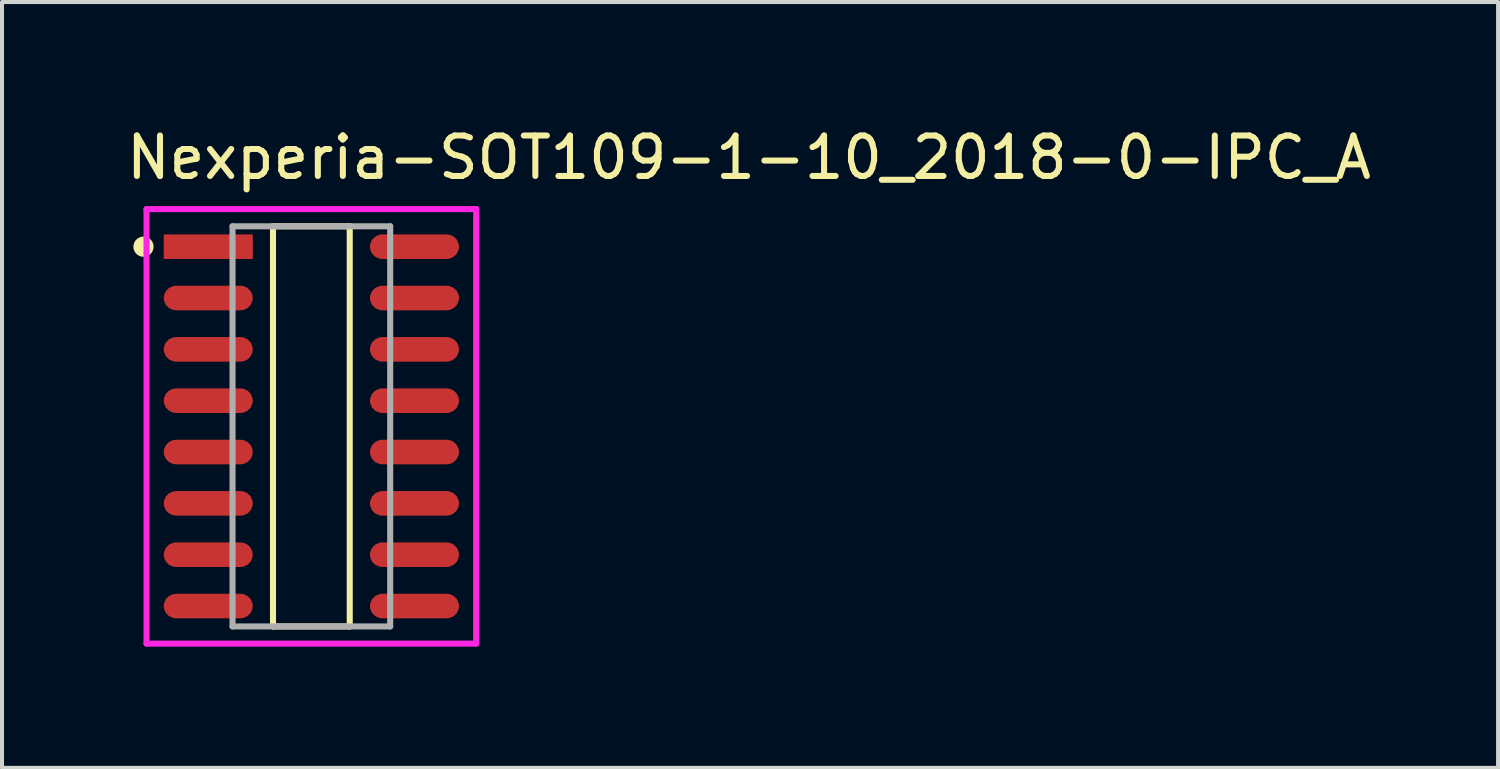
<source format=kicad_pcb>
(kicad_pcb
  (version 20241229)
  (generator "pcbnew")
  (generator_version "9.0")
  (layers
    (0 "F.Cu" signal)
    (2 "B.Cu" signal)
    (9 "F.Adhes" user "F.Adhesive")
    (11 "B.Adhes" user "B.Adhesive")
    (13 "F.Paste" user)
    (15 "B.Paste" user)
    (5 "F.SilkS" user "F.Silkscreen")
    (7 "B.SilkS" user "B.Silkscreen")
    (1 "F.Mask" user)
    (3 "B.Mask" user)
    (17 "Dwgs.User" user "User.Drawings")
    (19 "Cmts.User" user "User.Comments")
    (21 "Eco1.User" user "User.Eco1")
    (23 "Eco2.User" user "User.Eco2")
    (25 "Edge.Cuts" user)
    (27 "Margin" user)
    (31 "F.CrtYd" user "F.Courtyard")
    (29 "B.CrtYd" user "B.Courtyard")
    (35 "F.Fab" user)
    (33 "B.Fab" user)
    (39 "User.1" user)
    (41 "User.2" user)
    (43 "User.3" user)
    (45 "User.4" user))
  (footprint "Nexperia-SOT109-1-10_2018-0-IPC_A"
    (layer "F.Cu")
    (at 4.653 7.498)
    (property "Reference" "Nexperia-SOT109-1-10_2018-0-IPC_A" (at -4.653 -6.65 0) (layer "F.SilkS") (effects (font (size 1 1) (thickness 0.15)) (justify left)))
    (attr through_hole)
    (fp_line (start -0.949 -4.95) (end 0.949 -4.95) (stroke (width 0.15) (type solid)) (layer "F.SilkS"))
    (fp_line (start -0.949 4.95) (end -0.949 -4.95) (stroke (width 0.15) (type solid)) (layer "F.SilkS"))
    (fp_line (start 0.949 -4.95) (end 0.949 4.95) (stroke (width 0.15) (type solid)) (layer "F.SilkS"))
    (fp_line (start 0.949 4.95) (end -0.949 4.95) (stroke (width 0.15) (type solid)) (layer "F.SilkS"))
    (fp_circle (center -4.153 -4.445) (end -4.028 -4.445) (stroke (width 0.25) (type solid)) (fill no) (layer "F.SilkS"))
    (fp_line (start -4.078 -5.375) (end -4.078 5.375) (stroke (width 0.15) (type solid)) (layer "F.CrtYd"))
    (fp_line (start -4.078 5.375) (end 4.078 5.375) (stroke (width 0.15) (type solid)) (layer "F.CrtYd"))
    (fp_line (start 4.078 -5.375) (end -4.078 -5.375) (stroke (width 0.15) (type solid)) (layer "F.CrtYd"))
    (fp_line (start 4.078 -5.375) (end 4.078 -5.375) (stroke (width 0.15) (type solid)) (layer "F.CrtYd"))
    (fp_line (start 4.078 5.375) (end 4.078 -5.375) (stroke (width 0.15) (type solid)) (layer "F.CrtYd"))
    (fp_line (start -1.95 -4.95) (end 1.95 -4.95) (stroke (width 0.15) (type solid)) (layer "F.Fab"))
    (fp_line (start -1.95 4.95) (end -1.95 -4.95) (stroke (width 0.15) (type solid)) (layer "F.Fab"))
    (fp_line (start 1.95 -4.95) (end 1.95 4.95) (stroke (width 0.15) (type solid)) (layer "F.Fab"))
    (fp_line (start 1.95 4.95) (end -1.95 4.95) (stroke (width 0.15) (type solid)) (layer "F.Fab"))
    (pad "1" smd rect (at -2.551 -4.445) (size 2.204 0.608) (layers "F.Cu" "F.Mask" "F.Paste"))
    (pad "2" smd roundrect (at -2.551 -3.175) (size 2.204 0.608) (layers "F.Cu" "F.Mask" "F.Paste") (roundrect_rratio 0.5))
    (pad "3" smd roundrect (at -2.551 -1.905) (size 2.204 0.608) (layers "F.Cu" "F.Mask" "F.Paste") (roundrect_rratio 0.5))
    (pad "4" smd roundrect (at -2.551 -0.635) (size 2.204 0.608) (layers "F.Cu" "F.Mask" "F.Paste") (roundrect_rratio 0.5))
    (pad "5" smd roundrect (at -2.551 0.635) (size 2.204 0.608) (layers "F.Cu" "F.Mask" "F.Paste") (roundrect_rratio 0.5))
    (pad "6" smd roundrect (at -2.551 1.905) (size 2.204 0.608) (layers "F.Cu" "F.Mask" "F.Paste") (roundrect_rratio 0.5))
    (pad "7" smd roundrect (at -2.551 3.175) (size 2.204 0.608) (layers "F.Cu" "F.Mask" "F.Paste") (roundrect_rratio 0.5))
    (pad "8" smd roundrect (at -2.551 4.445) (size 2.204 0.608) (layers "F.Cu" "F.Mask" "F.Paste") (roundrect_rratio 0.5))
    (pad "9" smd roundrect (at 2.551 4.445) (size 2.204 0.608) (layers "F.Cu" "F.Mask" "F.Paste") (roundrect_rratio 0.5))
    (pad "10" smd roundrect (at 2.551 3.175) (size 2.204 0.608) (layers "F.Cu" "F.Mask" "F.Paste") (roundrect_rratio 0.5))
    (pad "11" smd roundrect (at 2.551 1.905) (size 2.204 0.608) (layers "F.Cu" "F.Mask" "F.Paste") (roundrect_rratio 0.5))
    (pad "12" smd roundrect (at 2.551 0.635) (size 2.204 0.608) (layers "F.Cu" "F.Mask" "F.Paste") (roundrect_rratio 0.5))
    (pad "13" smd roundrect (at 2.551 -0.635) (size 2.204 0.608) (layers "F.Cu" "F.Mask" "F.Paste") (roundrect_rratio 0.5))
    (pad "14" smd roundrect (at 2.551 -1.905) (size 2.204 0.608) (layers "F.Cu" "F.Mask" "F.Paste") (roundrect_rratio 0.5))
    (pad "15" smd roundrect (at 2.551 -3.175) (size 2.204 0.608) (layers "F.Cu" "F.Mask" "F.Paste") (roundrect_rratio 0.5))
    (pad "16" smd roundrect (at 2.551 -4.445) (size 2.204 0.608) (layers "F.Cu" "F.Mask" "F.Paste") (roundrect_rratio 0.5)))
  (gr_rect
    (start -3 -3)
    (end 34.012 15.948)
    (stroke (width 0.1) (type default))
    (fill no)
    (layer "Edge.Cuts")))
</source>
